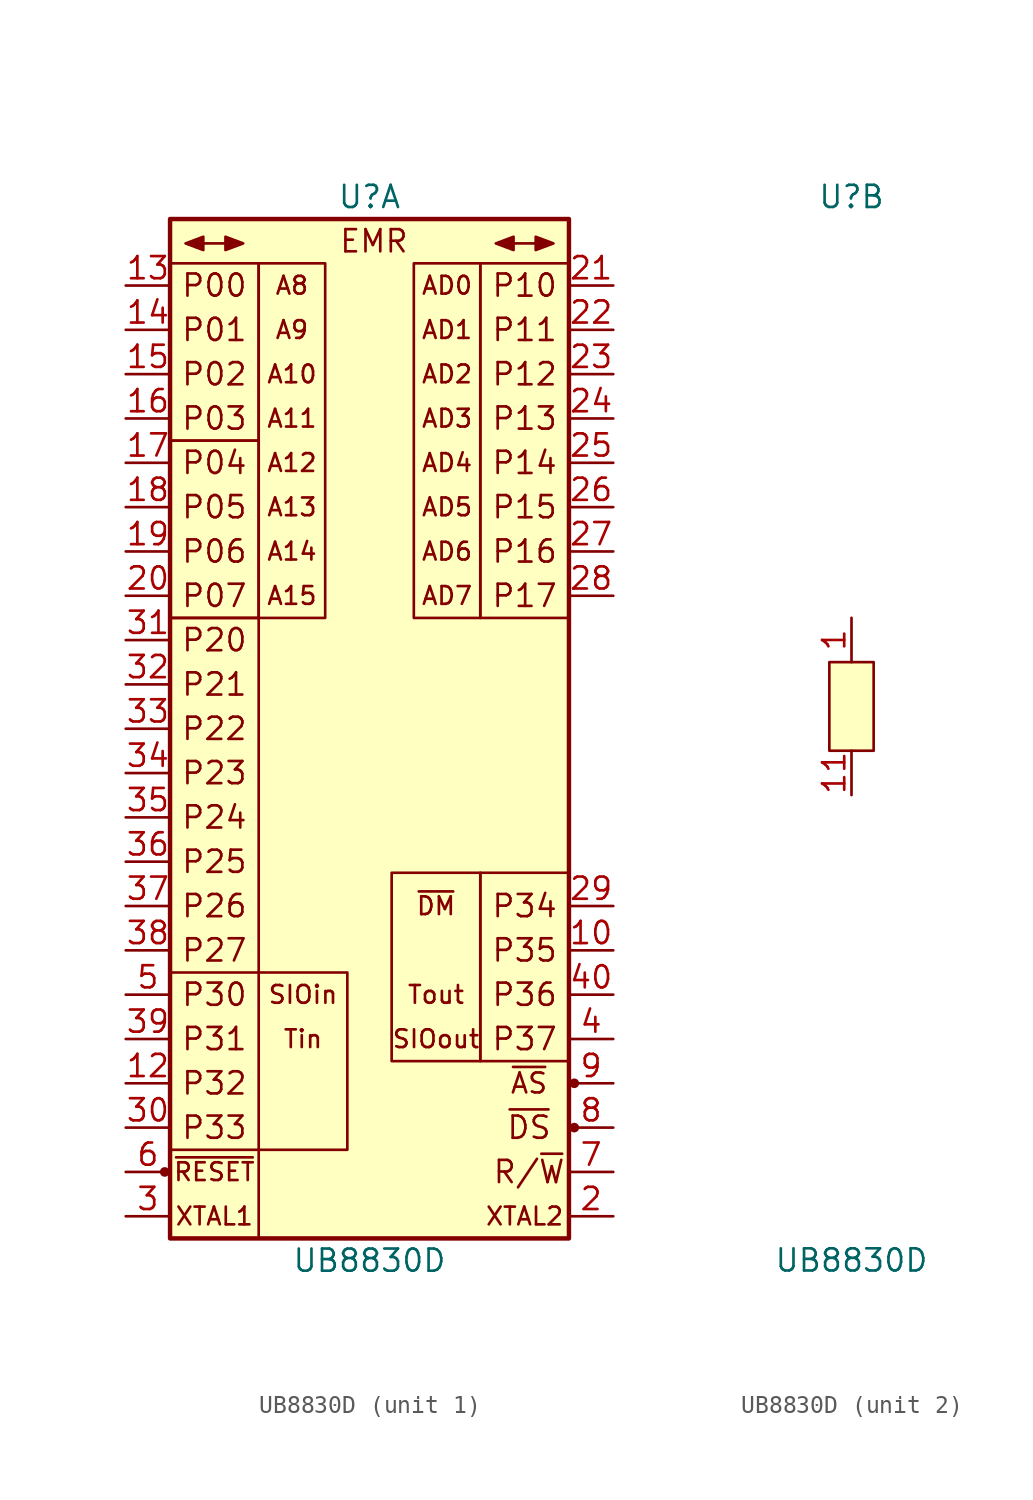
<source format=kicad_sym>
(kicad_symbol_lib
  (version 20211014)
  (generator kicad_symbol_editor)
  (symbol "UB8830D"
    (pin_names
      (offset 1.016) hide)
    (property "Reference" "U"
      (at 0 29.21 0)
      (effects (font (size 1.27 1.27))))
    (property "Value" "UB8830D"
      (at 0 -31.75 0)
      (effects (font (size 1.27 1.27))))
    (property "ki_locked" ""
      (at 0 0 0)
      (effects (font (size 1.27 1.27))))
    (symbol "UB8830D_1_1"
      (circle (center -11.735 -26.67) (radius 0.203) (stroke (width 0) (type default) (color 0 0 0 0)) (fill (type outline)))
      (rectangle (start -11.43 -25.4) (end -6.35 -30.48) (stroke (width 0) (type default) (color 0 0 0 0)) (fill (type none)))
      (rectangle (start -11.43 5.08) (end -6.35 -15.24) (stroke (width 0) (type default) (color 0 0 0 0)) (fill (type none)))
      (rectangle (start -11.43 15.24) (end -6.35 5.08) (stroke (width 0) (type default) (color 0 0 0 0)) (fill (type none)))
      (rectangle (start -11.43 25.4) (end -6.35 15.24) (stroke (width 0) (type default) (color 0 0 0 0)) (fill (type none)))
      (rectangle (start -11.43 27.94) (end 11.43 -30.48) (stroke (width 0.254) (type default) (color 0 0 0 0)) (fill (type background)))
      (rectangle (start -6.35 25.4) (end -2.54 5.08) (stroke (width 0) (type default) (color 0 0 0 0)) (fill (type none)))
      (rectangle (start -1.27 -15.24) (end -6.35 -25.4) (stroke (width 0) (type default) (color 0 0 0 0)) (fill (type none)))
      (polyline (pts (xy -9.525 26.543) (xy -8.255 26.543)) (stroke (width 0) (type default) (color 0 0 0 0)) (fill (type none)))
      (polyline (pts (xy 8.255 26.543) (xy 9.525 26.543)) (stroke (width 0) (type default) (color 0 0 0 0)) (fill (type none)))
      (polyline (pts (xy -9.525 26.924) (xy -10.541 26.543) (xy -9.525 26.162) (xy -9.525 26.924)) (stroke (width 0) (type default) (color 0 0 0 0)) (fill (type outline)))
      (polyline (pts (xy -8.255 26.924) (xy -7.239 26.543) (xy -8.255 26.162) (xy -8.255 26.924)) (stroke (width 0) (type default) (color 0 0 0 0)) (fill (type outline)))
      (polyline (pts (xy 8.255 26.924) (xy 7.239 26.543) (xy 8.255 26.162) (xy 8.255 26.924)) (stroke (width 0) (type default) (color 0 0 0 0)) (fill (type outline)))
      (polyline (pts (xy 9.525 26.924) (xy 10.541 26.543) (xy 9.525 26.162) (xy 9.525 26.924)) (stroke (width 0) (type default) (color 0 0 0 0)) (fill (type outline)))
      (rectangle (start 2.54 25.4) (end 6.35 5.08) (stroke (width 0) (type default) (color 0 0 0 0)) (fill (type none)))
      (rectangle (start 6.35 -20.32) (end 11.43 -9.525) (stroke (width 0) (type default) (color 0 0 0 0)) (fill (type none)))
      (rectangle (start 6.35 -9.525) (end 1.27 -20.32) (stroke (width 0) (type default) (color 0 0 0 0)) (fill (type none)))
      (rectangle (start 6.35 25.4) (end 11.43 5.08) (stroke (width 0) (type default) (color 0 0 0 0)) (fill (type none)))
      (circle (center 11.735 -24.13) (radius 0.203) (stroke (width 0) (type default) (color 0 0 0 0)) (fill (type outline)))
      (circle (center 11.735 -21.59) (radius 0.203) (stroke (width 0) (type default) (color 0 0 0 0)) (fill (type outline)))
      (text "A10" (at -4.445 19.05 0) (effects (font (size 1.016 1.016))))
      (text "A11" (at -4.445 16.51 0) (effects (font (size 1.016 1.016))))
      (text "A12" (at -4.445 13.97 0) (effects (font (size 1.016 1.016))))
      (text "A13" (at -4.445 11.43 0) (effects (font (size 1.016 1.016))))
      (text "A14" (at -4.445 8.89 0) (effects (font (size 1.016 1.016))))
      (text "A15" (at -4.445 6.35 0) (effects (font (size 1.016 1.016))))
      (text "A8" (at -4.445 24.13 0) (effects (font (size 1.016 1.016))))
      (text "A9" (at -4.445 21.59 0) (effects (font (size 1.016 1.016))))
      (text "AD0" (at 4.445 24.13 0) (effects (font (size 1.016 1.016))))
      (text "AD1" (at 4.445 21.59 0) (effects (font (size 1.016 1.016))))
      (text "AD2" (at 4.445 19.05 0) (effects (font (size 1.016 1.016))))
      (text "AD3" (at 4.445 16.51 0) (effects (font (size 1.016 1.016))))
      (text "AD4" (at 4.445 13.97 0) (effects (font (size 1.016 1.016))))
      (text "AD5" (at 4.445 11.43 0) (effects (font (size 1.016 1.016))))
      (text "AD6" (at 4.445 8.89 0) (effects (font (size 1.016 1.016))))
      (text "AD7" (at 4.445 6.35 0) (effects (font (size 1.016 1.016))))
      (text "EMR" (at 0.254 26.67 0) (effects (font (size 1.27 1.27))))
      (text "P00" (at -8.89 24.13 0) (effects (font (size 1.27 1.27))))
      (text "P01" (at -8.89 21.59 0) (effects (font (size 1.27 1.27))))
      (text "P02" (at -8.89 19.05 0) (effects (font (size 1.27 1.27))))
      (text "P03" (at -8.89 16.51 0) (effects (font (size 1.27 1.27))))
      (text "P04" (at -8.89 13.97 0) (effects (font (size 1.27 1.27))))
      (text "P05" (at -8.89 11.43 0) (effects (font (size 1.27 1.27))))
      (text "P06" (at -8.89 8.89 0) (effects (font (size 1.27 1.27))))
      (text "P07" (at -8.89 6.35 0) (effects (font (size 1.27 1.27))))
      (text "P10" (at 8.89 24.13 0) (effects (font (size 1.27 1.27))))
      (text "P11" (at 8.89 21.59 0) (effects (font (size 1.27 1.27))))
      (text "P12" (at 8.89 19.05 0) (effects (font (size 1.27 1.27))))
      (text "P13" (at 8.89 16.51 0) (effects (font (size 1.27 1.27))))
      (text "P14" (at 8.89 13.97 0) (effects (font (size 1.27 1.27))))
      (text "P15" (at 8.89 11.43 0) (effects (font (size 1.27 1.27))))
      (text "P16" (at 8.89 8.89 0) (effects (font (size 1.27 1.27))))
      (text "P17" (at 8.89 6.35 0) (effects (font (size 1.27 1.27))))
      (text "P20" (at -8.89 3.81 0) (effects (font (size 1.27 1.27))))
      (text "P21" (at -8.89 1.27 0) (effects (font (size 1.27 1.27))))
      (text "P22" (at -8.89 -1.27 0) (effects (font (size 1.27 1.27))))
      (text "P23" (at -8.89 -3.81 0) (effects (font (size 1.27 1.27))))
      (text "P24" (at -8.89 -6.35 0) (effects (font (size 1.27 1.27))))
      (text "P25" (at -8.89 -8.89 0) (effects (font (size 1.27 1.27))))
      (text "P26" (at -8.89 -11.43 0) (effects (font (size 1.27 1.27))))
      (text "P27" (at -8.89 -13.97 0) (effects (font (size 1.27 1.27))))
      (text "P30" (at -8.89 -16.51 0) (effects (font (size 1.27 1.27))))
      (text "P31" (at -8.89 -19.05 0) (effects (font (size 1.27 1.27))))
      (text "P32" (at -8.89 -21.59 0) (effects (font (size 1.27 1.27))))
      (text "P33" (at -8.89 -24.13 0) (effects (font (size 1.27 1.27))))
      (text "P34" (at 8.89 -11.43 0) (effects (font (size 1.27 1.27))))
      (text "P35" (at 8.89 -13.97 0) (effects (font (size 1.27 1.27))))
      (text "P36" (at 8.89 -16.51 0) (effects (font (size 1.27 1.27))))
      (text "P37" (at 8.89 -19.05 0) (effects (font (size 1.27 1.27))))
      (text "R/~{W}" (at 9.144 -26.67 0) (effects (font (size 1.27 1.27))))
      (text "SIOin" (at -3.81 -16.51 0) (effects (font (size 1.016 1.016))))
      (text "SIOout" (at 3.81 -19.05 0) (effects (font (size 1.016 1.016))))
      (text "Tin" (at -3.81 -19.05 0) (effects (font (size 1.016 1.016))))
      (text "Tout" (at 3.81 -16.51 0) (effects (font (size 1.016 1.016))))
      (text "XTAL1" (at -8.89 -29.21 0) (effects (font (size 1.016 1.016))))
      (text "XTAL2" (at 8.89 -29.21 0) (effects (font (size 1.016 1.016))))
      (text "~{AS}" (at 9.144 -21.59 0) (effects (font (size 1.143 1.143))))
      (text "~{DM}" (at 3.81 -11.43 0) (effects (font (size 1.016 1.016))))
      (text "~{DS}" (at 9.144 -24.13 0) (effects (font (size 1.27 1.27))))
      (text "~{RESET}" (at -8.89 -26.67 0) (effects (font (size 1.016 1.016))))
      (pin output line (at 13.97 -13.97 180) (length 2.54) (name "P35" (effects (font (size 1.27 1.27)))) (number "10" (effects (font (size 1.27 1.27)))))
      (pin input line (at -13.97 -21.59 0) (length 2.54) (name "P32" (effects (font (size 1.27 1.27)))) (number "12" (effects (font (size 1.27 1.27)))))
      (pin bidirectional line (at -13.97 24.13 0) (length 2.54) (name "P00" (effects (font (size 1.27 1.27)))) (number "13" (effects (font (size 1.27 1.27)))))
      (pin bidirectional line (at -13.97 21.59 0) (length 2.54) (name "P01" (effects (font (size 1.27 1.27)))) (number "14" (effects (font (size 1.27 1.27)))))
      (pin bidirectional line (at -13.97 19.05 0) (length 2.54) (name "P02" (effects (font (size 1.27 1.27)))) (number "15" (effects (font (size 1.27 1.27)))))
      (pin bidirectional line (at -13.97 16.51 0) (length 2.54) (name "P03" (effects (font (size 1.27 1.27)))) (number "16" (effects (font (size 1.27 1.27)))))
      (pin bidirectional line (at -13.97 13.97 0) (length 2.54) (name "P04" (effects (font (size 1.27 1.27)))) (number "17" (effects (font (size 1.27 1.27)))))
      (pin bidirectional line (at -13.97 11.43 0) (length 2.54) (name "P05" (effects (font (size 1.27 1.27)))) (number "18" (effects (font (size 1.27 1.27)))))
      (pin bidirectional line (at -13.97 8.89 0) (length 2.54) (name "P06" (effects (font (size 1.27 1.27)))) (number "19" (effects (font (size 1.27 1.27)))))
      (pin output line (at 13.97 -29.21 180) (length 2.54) (name "XTAL2" (effects (font (size 1.27 1.27)))) (number "2" (effects (font (size 1.27 1.27)))))
      (pin bidirectional line (at -13.97 6.35 0) (length 2.54) (name "P07" (effects (font (size 1.27 1.27)))) (number "20" (effects (font (size 1.27 1.27)))))
      (pin bidirectional line (at 13.97 24.13 180) (length 2.54) (name "P10" (effects (font (size 1.27 1.27)))) (number "21" (effects (font (size 1.27 1.27)))))
      (pin bidirectional line (at 13.97 21.59 180) (length 2.54) (name "P11" (effects (font (size 1.27 1.27)))) (number "22" (effects (font (size 1.27 1.27)))))
      (pin bidirectional line (at 13.97 19.05 180) (length 2.54) (name "P12" (effects (font (size 1.27 1.27)))) (number "23" (effects (font (size 1.27 1.27)))))
      (pin bidirectional line (at 13.97 16.51 180) (length 2.54) (name "P13" (effects (font (size 1.27 1.27)))) (number "24" (effects (font (size 1.27 1.27)))))
      (pin bidirectional line (at 13.97 13.97 180) (length 2.54) (name "P14" (effects (font (size 1.27 1.27)))) (number "25" (effects (font (size 1.27 1.27)))))
      (pin bidirectional line (at 13.97 11.43 180) (length 2.54) (name "P15" (effects (font (size 1.27 1.27)))) (number "26" (effects (font (size 1.27 1.27)))))
      (pin bidirectional line (at 13.97 8.89 180) (length 2.54) (name "P16" (effects (font (size 1.27 1.27)))) (number "27" (effects (font (size 1.27 1.27)))))
      (pin bidirectional line (at 13.97 6.35 180) (length 2.54) (name "P17" (effects (font (size 1.27 1.27)))) (number "28" (effects (font (size 1.27 1.27)))))
      (pin output line (at 13.97 -11.43 180) (length 2.54) (name "P34" (effects (font (size 1.27 1.27)))) (number "29" (effects (font (size 1.27 1.27)))))
      (pin input line (at -13.97 -29.21 0) (length 2.54) (name "XTAL1" (effects (font (size 1.27 1.27)))) (number "3" (effects (font (size 1.27 1.27)))))
      (pin input line (at -13.97 -24.13 0) (length 2.54) (name "P33" (effects (font (size 1.27 1.27)))) (number "30" (effects (font (size 1.27 1.27)))))
      (pin bidirectional line (at -13.97 3.81 0) (length 2.54) (name "P20" (effects (font (size 1.27 1.27)))) (number "31" (effects (font (size 1.27 1.27)))))
      (pin bidirectional line (at -13.97 1.27 0) (length 2.54) (name "P21" (effects (font (size 1.27 1.27)))) (number "32" (effects (font (size 1.27 1.27)))))
      (pin bidirectional line (at -13.97 -1.27 0) (length 2.54) (name "P22" (effects (font (size 1.27 1.27)))) (number "33" (effects (font (size 1.27 1.27)))))
      (pin bidirectional line (at -13.97 -3.81 0) (length 2.54) (name "P23" (effects (font (size 1.27 1.27)))) (number "34" (effects (font (size 1.27 1.27)))))
      (pin bidirectional line (at -13.97 -6.35 0) (length 2.54) (name "P24" (effects (font (size 1.27 1.27)))) (number "35" (effects (font (size 1.27 1.27)))))
      (pin bidirectional line (at -13.97 -8.89 0) (length 2.54) (name "P25" (effects (font (size 1.27 1.27)))) (number "36" (effects (font (size 1.27 1.27)))))
      (pin bidirectional line (at -13.97 -11.43 0) (length 2.54) (name "P26" (effects (font (size 1.27 1.27)))) (number "37" (effects (font (size 1.27 1.27)))))
      (pin bidirectional line (at -13.97 -13.97 0) (length 2.54) (name "P27" (effects (font (size 1.27 1.27)))) (number "38" (effects (font (size 1.27 1.27)))))
      (pin input line (at -13.97 -19.05 0) (length 2.54) (name "P31" (effects (font (size 1.27 1.27)))) (number "39" (effects (font (size 1.27 1.27)))))
      (pin output line (at 13.97 -19.05 180) (length 2.54) (name "P37" (effects (font (size 1.27 1.27)))) (number "4" (effects (font (size 1.27 1.27)))))
      (pin output line (at 13.97 -16.51 180) (length 2.54) (name "P36" (effects (font (size 1.27 1.27)))) (number "40" (effects (font (size 1.27 1.27)))))
      (pin input line (at -13.97 -16.51 0) (length 2.54) (name "P30" (effects (font (size 1.27 1.27)))) (number "5" (effects (font (size 1.27 1.27)))))
      (pin input line (at -13.97 -26.67 0) (length 2.54) (name "~{RESET}" (effects (font (size 1.27 1.27)))) (number "6" (effects (font (size 1.27 1.27)))))
      (pin tri_state line (at 13.97 -26.67 180) (length 2.54) (name "R/~{W}" (effects (font (size 1.27 1.27)))) (number "7" (effects (font (size 1.27 1.27)))))
      (pin tri_state line (at 13.97 -24.13 180) (length 2.54) (name "~{DS}" (effects (font (size 1.27 1.27)))) (number "8" (effects (font (size 1.27 1.27)))))
      (pin tri_state line (at 13.97 -21.59 180) (length 2.54) (name "~{AS}" (effects (font (size 1.27 1.27)))) (number "9" (effects (font (size 1.27 1.27))))))
    (symbol "UB8830D_2_1"
      (rectangle (start -1.27 2.54) (end 1.27 -2.54) (stroke (width 0) (type default) (color 0 0 0 0)) (fill (type background)))
      (pin power_in line (at 0 5.08 270) (length 2.54) (name "Vcc" (effects (font (size 1.27 1.27)))) (number "1" (effects (font (size 1.27 1.27)))))
      (pin power_in line (at 0 -5.08 90) (length 2.54) (name "GND" (effects (font (size 1.27 1.27)))) (number "11" (effects (font (size 1.27 1.27))))))))
</source>
